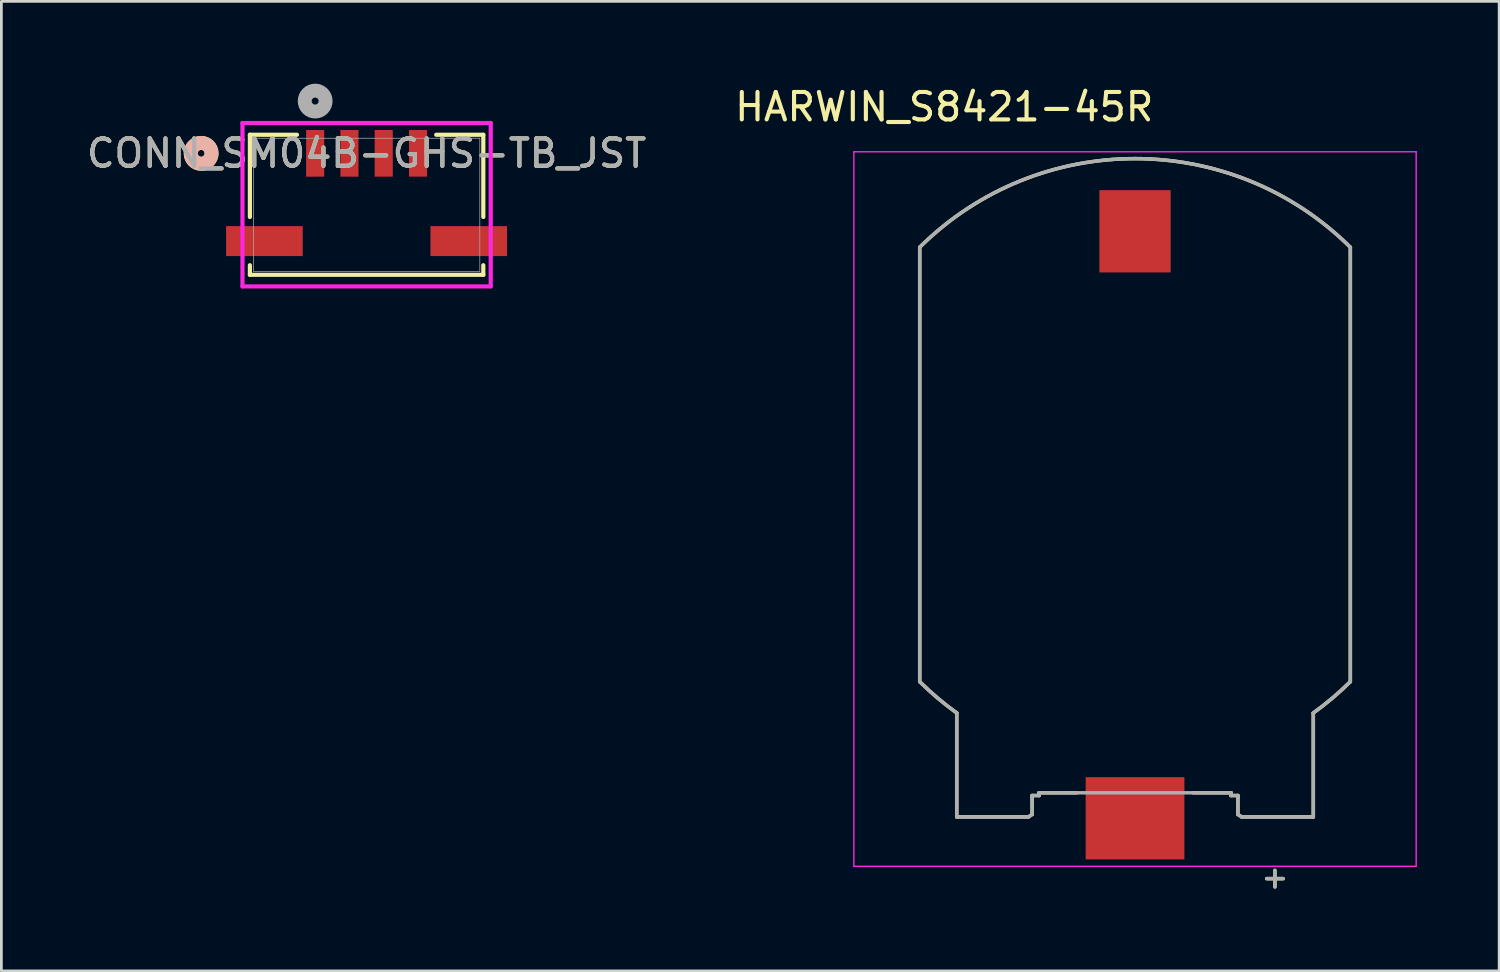
<source format=kicad_pcb>
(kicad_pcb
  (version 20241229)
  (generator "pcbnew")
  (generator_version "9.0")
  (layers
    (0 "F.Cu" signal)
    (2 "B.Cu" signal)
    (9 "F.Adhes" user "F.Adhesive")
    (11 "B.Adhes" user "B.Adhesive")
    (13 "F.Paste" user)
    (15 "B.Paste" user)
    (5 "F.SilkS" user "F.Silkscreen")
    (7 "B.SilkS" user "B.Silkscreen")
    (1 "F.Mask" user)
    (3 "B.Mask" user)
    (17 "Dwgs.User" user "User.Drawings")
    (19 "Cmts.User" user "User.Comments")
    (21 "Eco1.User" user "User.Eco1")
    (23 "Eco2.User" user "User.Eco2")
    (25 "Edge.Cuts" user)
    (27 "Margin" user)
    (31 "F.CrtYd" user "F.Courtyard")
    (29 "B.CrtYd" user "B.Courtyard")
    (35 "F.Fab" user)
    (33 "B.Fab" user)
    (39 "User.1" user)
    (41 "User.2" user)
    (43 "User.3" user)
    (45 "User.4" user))
  (footprint "HARWIN_S8421-45R"
    (layer "F.Cu")
    (at 38.33 13.883)
    (property "Reference" "HARWIN_S8421-45R" (at -6.955 -13.035 0) (layer "F.SilkS") (effects (font (size 1 1) (thickness 0.15))))
    (attr smd)
    (fp_line (start -7.85 -7.918) (end -7.85 7.918) (stroke (width 0.127) (type solid)) (layer "F.SilkS"))
    (fp_line (start -6.5 9.059) (end -6.5 12.85) (stroke (width 0.127) (type solid)) (layer "F.SilkS"))
    (fp_line (start -6.5 12.85) (end -3.889 12.85) (stroke (width 0.127) (type solid)) (layer "F.SilkS"))
    (fp_line (start -3.75 12.758) (end -3.889 12.85) (stroke (width 0.127) (type solid)) (layer "F.SilkS"))
    (fp_line (start -3.75 12.758) (end -3.75 12.12) (stroke (width 0.127) (type solid)) (layer "F.SilkS"))
    (fp_line (start -3.75 12.07) (end -3.75 12.12) (stroke (width 0.127) (type solid)) (layer "F.SilkS"))
    (fp_line (start -3.5 12.07) (end -3.75 12.07) (stroke (width 0.127) (type solid)) (layer "F.SilkS"))
    (fp_line (start -3.5 12.07) (end -3.5 11.97) (stroke (width 0.127) (type solid)) (layer "F.SilkS"))
    (fp_line (start -2.12 11.97) (end -3.5 11.97) (stroke (width 0.127) (type solid)) (layer "F.SilkS"))
    (fp_line (start 3.5 11.97) (end 2.12 11.97) (stroke (width 0.127) (type solid)) (layer "F.SilkS"))
    (fp_line (start 3.5 12.07) (end 3.5 11.97) (stroke (width 0.127) (type solid)) (layer "F.SilkS"))
    (fp_line (start 3.75 12.12) (end 3.75 12.109) (stroke (width 0.127) (type solid)) (layer "F.SilkS"))
    (fp_line (start 3.75 12.07) (end 3.5 12.07) (stroke (width 0.127) (type solid)) (layer "F.SilkS"))
    (fp_line (start 3.75 12.109) (end 3.75 12.07) (stroke (width 0.127) (type solid)) (layer "F.SilkS"))
    (fp_line (start 3.75 12.758) (end 3.75 12.12) (stroke (width 0.127) (type solid)) (layer "F.SilkS"))
    (fp_line (start 3.889 12.85) (end 3.75 12.758) (stroke (width 0.127) (type solid)) (layer "F.SilkS"))
    (fp_line (start 3.889 12.85) (end 6.5 12.85) (stroke (width 0.127) (type solid)) (layer "F.SilkS"))
    (fp_line (start 4.8 15.1) (end 5.4 15.1) (stroke (width 0.127) (type solid)) (layer "F.SilkS"))
    (fp_line (start 5.1 14.8) (end 5.1 15.4) (stroke (width 0.127) (type solid)) (layer "F.SilkS"))
    (fp_line (start 6.5 12.85) (end 6.5 9.059) (stroke (width 0.127) (type solid)) (layer "F.SilkS"))
    (fp_line (start 7.85 7.918) (end 7.85 -7.918) (stroke (width 0.127) (type solid)) (layer "F.SilkS"))
    (fp_arc (start -7.85 -7.91834) (mid 0 -11.150006) (end 7.85 -7.91834) (stroke (width 0.127) (type solid)) (layer "F.SilkS"))
    (fp_arc (start -6.5 9.05939) (mid -7.197647 8.515654) (end -7.85 7.91833) (stroke (width 0.127) (type solid)) (layer "F.SilkS"))
    (fp_arc (start 7.85 7.91834) (mid 7.197647 8.515659) (end 6.5 9.05939) (stroke (width 0.127) (type solid)) (layer "F.SilkS"))
    (fp_line (start -10.25 -11.4) (end -10.25 14.65) (stroke (width 0.05) (type solid)) (layer "F.CrtYd"))
    (fp_line (start -10.25 14.65) (end 10.25 14.65) (stroke (width 0.05) (type solid)) (layer "F.CrtYd"))
    (fp_line (start 10.25 -11.4) (end -10.25 -11.4) (stroke (width 0.05) (type solid)) (layer "F.CrtYd"))
    (fp_line (start 10.25 14.65) (end 10.25 -11.4) (stroke (width 0.05) (type solid)) (layer "F.CrtYd"))
    (fp_line (start -7.85 -7.918) (end -7.85 7.918) (stroke (width 0.127) (type solid)) (layer "F.Fab"))
    (fp_line (start -6.5 9.059) (end -6.5 12.85) (stroke (width 0.127) (type solid)) (layer "F.Fab"))
    (fp_line (start -6.5 12.85) (end -3.889 12.85) (stroke (width 0.127) (type solid)) (layer "F.Fab"))
    (fp_line (start -3.75 12.758) (end -3.889 12.85) (stroke (width 0.127) (type solid)) (layer "F.Fab"))
    (fp_line (start -3.75 12.758) (end -3.75 12.12) (stroke (width 0.127) (type solid)) (layer "F.Fab"))
    (fp_line (start -3.75 12.07) (end -3.75 12.12) (stroke (width 0.127) (type solid)) (layer "F.Fab"))
    (fp_line (start -3.5 12.07) (end -3.75 12.07) (stroke (width 0.127) (type solid)) (layer "F.Fab"))
    (fp_line (start -3.5 12.07) (end -3.5 11.97) (stroke (width 0.127) (type solid)) (layer "F.Fab"))
    (fp_line (start 3.5 11.97) (end -3.5 11.97) (stroke (width 0.127) (type solid)) (layer "F.Fab"))
    (fp_line (start 3.5 12.07) (end 3.5 11.97) (stroke (width 0.127) (type solid)) (layer "F.Fab"))
    (fp_line (start 3.75 12.12) (end 3.75 12.109) (stroke (width 0.127) (type solid)) (layer "F.Fab"))
    (fp_line (start 3.75 12.07) (end 3.5 12.07) (stroke (width 0.127) (type solid)) (layer "F.Fab"))
    (fp_line (start 3.75 12.109) (end 3.75 12.07) (stroke (width 0.127) (type solid)) (layer "F.Fab"))
    (fp_line (start 3.75 12.758) (end 3.75 12.12) (stroke (width 0.127) (type solid)) (layer "F.Fab"))
    (fp_line (start 3.889 12.85) (end 3.75 12.758) (stroke (width 0.127) (type solid)) (layer "F.Fab"))
    (fp_line (start 3.889 12.85) (end 6.5 12.85) (stroke (width 0.127) (type solid)) (layer "F.Fab"))
    (fp_line (start 4.8 15.1) (end 5.4 15.1) (stroke (width 0.127) (type solid)) (layer "F.Fab"))
    (fp_line (start 5.1 14.8) (end 5.1 15.4) (stroke (width 0.127) (type solid)) (layer "F.Fab"))
    (fp_line (start 6.5 12.85) (end 6.5 9.059) (stroke (width 0.127) (type solid)) (layer "F.Fab"))
    (fp_line (start 7.85 7.918) (end 7.85 -7.918) (stroke (width 0.127) (type solid)) (layer "F.Fab"))
    (fp_arc (start -7.85 -7.91834) (mid 0 -11.150006) (end 7.85 -7.91834) (stroke (width 0.127) (type solid)) (layer "F.Fab"))
    (fp_arc (start -6.5 9.05939) (mid -7.197647 8.515654) (end -7.85 7.91833) (stroke (width 0.127) (type solid)) (layer "F.Fab"))
    (fp_arc (start 7.85 7.91834) (mid 7.197647 8.515659) (end 6.5 9.05939) (stroke (width 0.127) (type solid)) (layer "F.Fab"))
    (pad "N" smd rect (at 0 -8.5) (size 2.6 3) (layers "F.Cu" "F.Mask" "F.Paste"))
    (pad "P" smd rect (at 0 12.9) (size 3.6 3) (layers "F.Cu" "F.Mask" "F.Paste")))
  (footprint "CONN_SM04B-GHS-TB_JST"
    (layer "F.Cu")
    (at 10.315 4.416)
    (property "Reference" "CONN_SM04B-GHS-TB_JST" (at 0 -1.876 0) (unlocked yes) (layer "F.SilkS") (effects (font (size 1 1) (thickness 0.15))))
    (attr smd)
    (fp_line (start -4.255 -2.553) (end -4.255 0.445) (stroke (width 0.152) (type solid)) (layer "F.SilkS"))
    (fp_line (start -4.255 2.203) (end -4.255 2.553) (stroke (width 0.152) (type solid)) (layer "F.SilkS"))
    (fp_line (start -4.255 2.553) (end 4.255 2.553) (stroke (width 0.152) (type solid)) (layer "F.SilkS"))
    (fp_line (start -2.538 -2.553) (end -4.255 -2.553) (stroke (width 0.152) (type solid)) (layer "F.SilkS"))
    (fp_line (start 4.255 -2.553) (end 2.538 -2.553) (stroke (width 0.152) (type solid)) (layer "F.SilkS"))
    (fp_line (start 4.255 0.445) (end 4.255 -2.553) (stroke (width 0.152) (type solid)) (layer "F.SilkS"))
    (fp_line (start 4.255 2.553) (end 4.255 2.203) (stroke (width 0.152) (type solid)) (layer "F.SilkS"))
    (fp_circle (center -6.032 -1.876) (end -5.652 -1.876) (stroke (width 0.508) (type solid)) (fill no) (layer "F.SilkS"))
    (fp_circle (center -6.032 -1.876) (end -5.652 -1.876) (stroke (width 0.508) (type solid)) (fill no) (layer "B.SilkS"))
    (fp_line (start -4.525 -2.981) (end -4.525 2.975) (stroke (width 0.152) (type solid)) (layer "F.CrtYd"))
    (fp_line (start -4.525 2.975) (end 4.525 2.975) (stroke (width 0.152) (type solid)) (layer "F.CrtYd"))
    (fp_line (start 4.525 -2.981) (end -4.525 -2.981) (stroke (width 0.152) (type solid)) (layer "F.CrtYd"))
    (fp_line (start 4.525 2.975) (end 4.525 -2.981) (stroke (width 0.152) (type solid)) (layer "F.CrtYd"))
    (fp_line (start -4.128 -2.426) (end -4.128 2.426) (stroke (width 0.025) (type solid)) (layer "F.Fab"))
    (fp_line (start -4.128 2.426) (end 4.128 2.426) (stroke (width 0.025) (type solid)) (layer "F.Fab"))
    (fp_line (start 4.128 -2.426) (end -4.128 -2.426) (stroke (width 0.025) (type solid)) (layer "F.Fab"))
    (fp_line (start 4.128 2.426) (end 4.128 -2.426) (stroke (width 0.025) (type solid)) (layer "F.Fab"))
    (fp_circle (center -1.875 -3.781) (end -1.494 -3.781) (stroke (width 0.508) (type solid)) (fill no) (layer "F.Fab"))
    (fp_text user "${REFERENCE}" (at 0 -1.876 0) (unlocked yes) (layer "F.Fab") (effects (font (size 1 1) (thickness 0.15))))
    (pad "1" smd rect (at -1.875 -1.876) (size 0.66 1.702) (layers "F.Cu" "F.Mask" "F.Paste"))
    (pad "2" smd rect (at -0.625 -1.876) (size 0.66 1.702) (layers "F.Cu" "F.Mask" "F.Paste"))
    (pad "3" smd rect (at 0.625 -1.876) (size 0.66 1.702) (layers "F.Cu" "F.Mask" "F.Paste"))
    (pad "4" smd rect (at 1.875 -1.876) (size 0.66 1.702) (layers "F.Cu" "F.Mask" "F.Paste"))
    (pad "5" smd rect (at -3.725 1.324 90) (size 1.092 2.794) (layers "F.Cu" "F.Mask" "F.Paste"))
    (pad "6" smd rect (at 3.725 1.324 90) (size 1.092 2.794) (layers "F.Cu" "F.Mask" "F.Paste")))
  (gr_rect
    (start -3 -3)
    (end 51.605 32.347)
    (stroke (width 0.1) (type default))
    (fill no)
    (layer "Edge.Cuts")))
</source>
